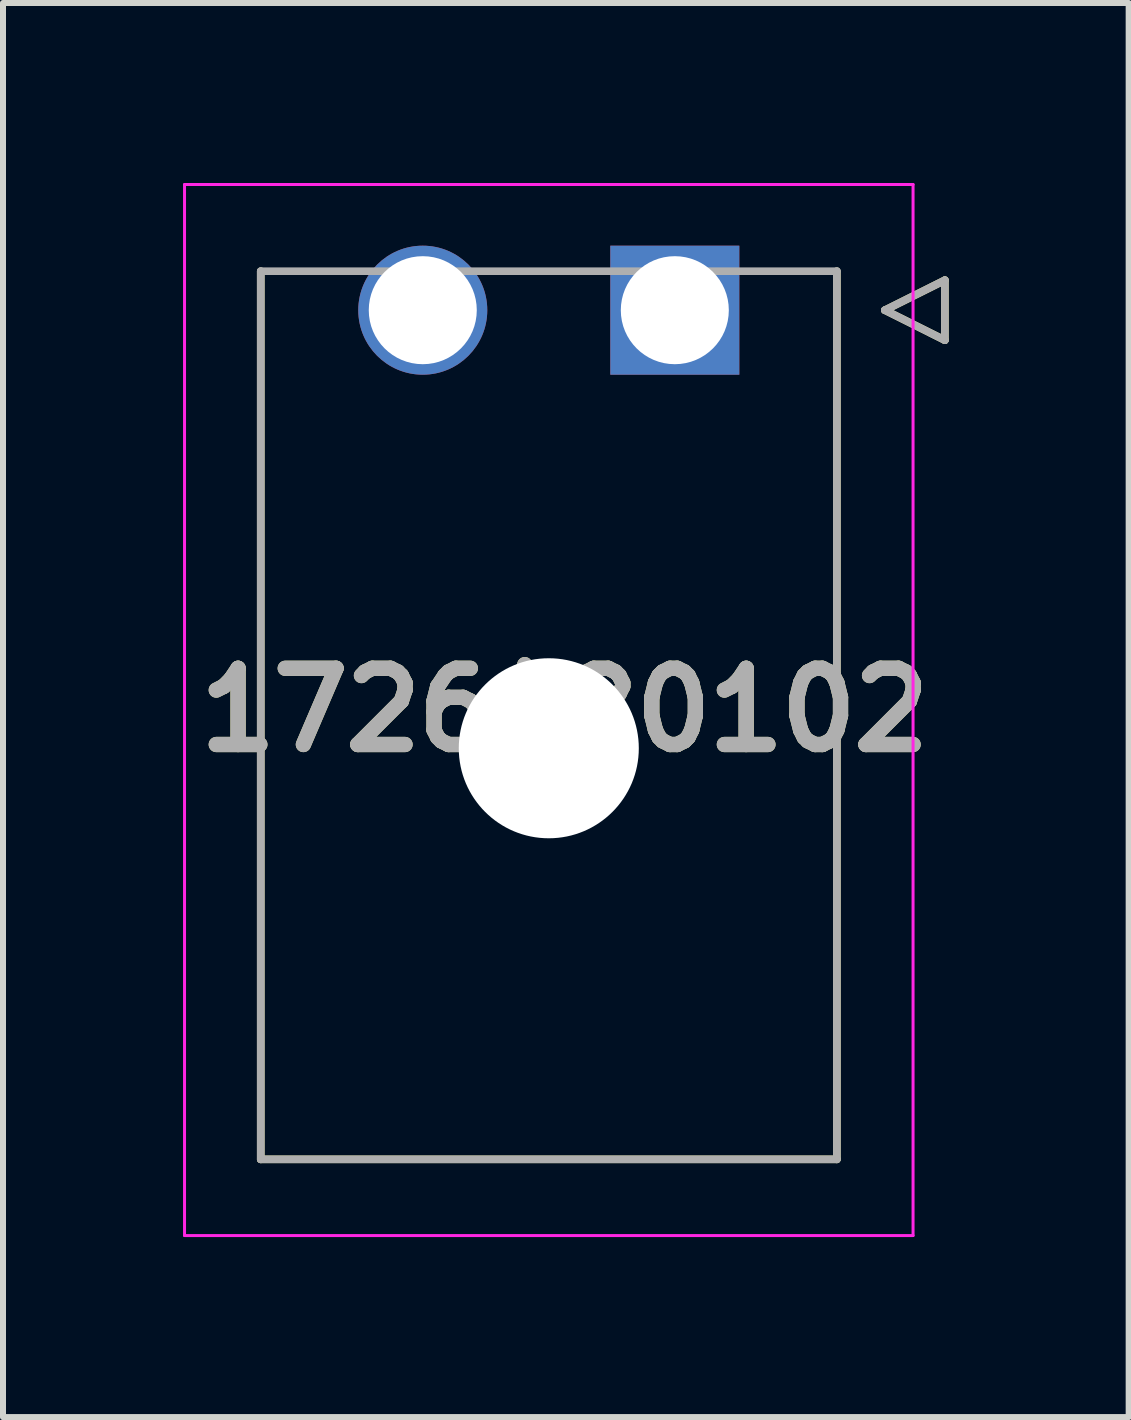
<source format=kicad_pcb>
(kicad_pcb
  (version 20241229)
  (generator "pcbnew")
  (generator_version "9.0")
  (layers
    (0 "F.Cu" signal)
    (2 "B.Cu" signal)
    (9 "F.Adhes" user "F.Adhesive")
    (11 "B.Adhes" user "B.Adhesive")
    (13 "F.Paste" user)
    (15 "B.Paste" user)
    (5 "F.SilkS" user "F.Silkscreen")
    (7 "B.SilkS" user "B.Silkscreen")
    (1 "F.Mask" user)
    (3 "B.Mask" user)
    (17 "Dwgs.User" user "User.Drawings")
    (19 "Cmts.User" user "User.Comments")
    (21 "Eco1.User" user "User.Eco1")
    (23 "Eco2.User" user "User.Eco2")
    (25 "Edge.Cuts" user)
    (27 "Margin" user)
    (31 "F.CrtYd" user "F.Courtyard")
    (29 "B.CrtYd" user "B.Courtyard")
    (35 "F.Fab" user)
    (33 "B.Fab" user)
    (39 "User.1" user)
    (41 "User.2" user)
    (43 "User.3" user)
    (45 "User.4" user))
  (footprint "1726480102"
    (layer "F.Cu")
    (at 8.195 2.119)
    (property "Reference" "1726480102" (at -1.835 6.663 0) (layer "F.SilkS") (effects (font (size 1.27 1.27) (thickness 0.254))))
    (attr through_hole)
    (fp_line (start -6.9 14.15) (end -6.9 -0.65) (stroke (width 0.127) (type solid)) (layer "F.SilkS"))
    (fp_line (start 2.7 -0.65) (end 2.7 14.15) (stroke (width 0.127) (type solid)) (layer "F.SilkS"))
    (fp_line (start 2.7 14.15) (end -6.9 14.15) (stroke (width 0.127) (type solid)) (layer "F.SilkS"))
    (fp_line (start 3.5 0) (end 4.5 -0.5) (stroke (width 0.127) (type solid)) (layer "F.SilkS"))
    (fp_line (start 4.5 -0.5) (end 4.5 0.5) (stroke (width 0.127) (type solid)) (layer "F.SilkS"))
    (fp_line (start 4.5 0.5) (end 3.5 0) (stroke (width 0.127) (type solid)) (layer "F.SilkS"))
    (fp_line (start -8.17 -2.094) (end 3.97 -2.094) (stroke (width 0.05) (type solid)) (layer "F.CrtYd"))
    (fp_line (start -8.17 15.42) (end -8.17 -2.094) (stroke (width 0.05) (type solid)) (layer "F.CrtYd"))
    (fp_line (start 3.97 -2.094) (end 3.97 15.42) (stroke (width 0.05) (type solid)) (layer "F.CrtYd"))
    (fp_line (start 3.97 15.42) (end -8.17 15.42) (stroke (width 0.05) (type solid)) (layer "F.CrtYd"))
    (fp_line (start -6.9 -0.65) (end 2.7 -0.65) (stroke (width 0.127) (type solid)) (layer "F.Fab"))
    (fp_line (start -6.9 14.15) (end -6.9 -0.65) (stroke (width 0.127) (type solid)) (layer "F.Fab"))
    (fp_line (start 2.7 -0.65) (end 2.7 14.15) (stroke (width 0.127) (type solid)) (layer "F.Fab"))
    (fp_line (start 2.7 14.15) (end -6.9 14.15) (stroke (width 0.127) (type solid)) (layer "F.Fab"))
    (fp_line (start 3.5 0) (end 4.5 -0.5) (stroke (width 0.127) (type solid)) (layer "F.Fab"))
    (fp_line (start 4.5 -0.5) (end 4.5 0.5) (stroke (width 0.127) (type solid)) (layer "F.Fab"))
    (fp_line (start 4.5 0.5) (end 3.5 0) (stroke (width 0.127) (type solid)) (layer "F.Fab"))
    (fp_text user "${REFERENCE}" (at -1.835 6.663 0) (layer "F.Fab") (effects (font (size 1.27 1.27) (thickness 0.254))))
    (pad "" np_thru_hole circle (at -2.1 7.3) (size 3 3) (drill 3) (layers "*.Cu" "*.Mask"))
    (pad "1" thru_hole rect (at 0 0) (size 2.15 2.15) (drill 1.8) (layers "*.Cu" "*.Mask"))
    (pad "2" thru_hole circle (at -4.2 0) (size 2.15 2.15) (drill 1.8) (layers "*.Cu" "*.Mask")))
  (gr_rect
    (start -3 -3)
    (end 15.758 20.564)
    (stroke (width 0.1) (type default))
    (fill no)
    (layer "Edge.Cuts")))
</source>
